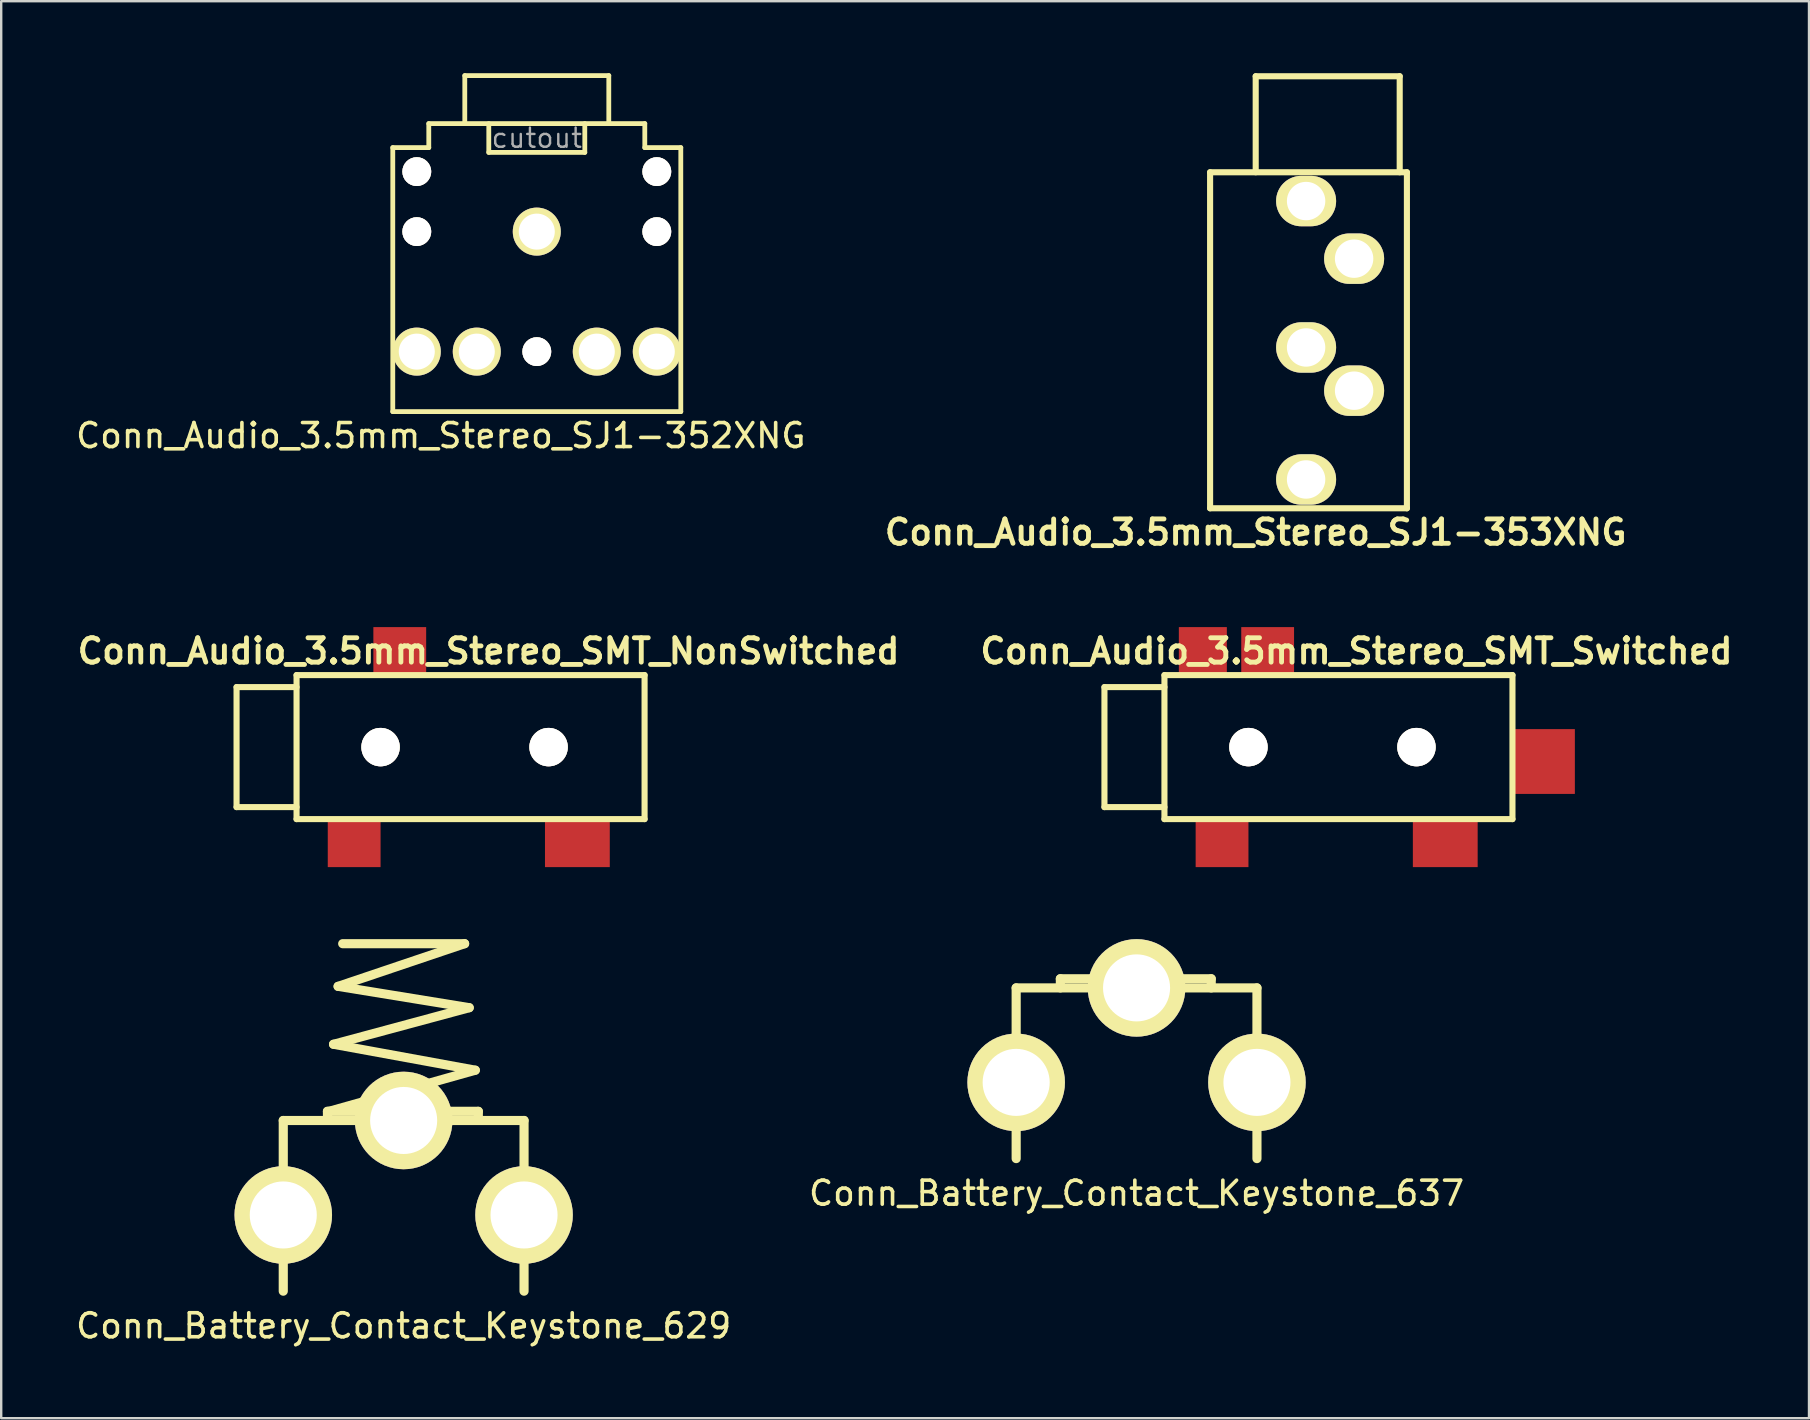
<source format=kicad_pcb>
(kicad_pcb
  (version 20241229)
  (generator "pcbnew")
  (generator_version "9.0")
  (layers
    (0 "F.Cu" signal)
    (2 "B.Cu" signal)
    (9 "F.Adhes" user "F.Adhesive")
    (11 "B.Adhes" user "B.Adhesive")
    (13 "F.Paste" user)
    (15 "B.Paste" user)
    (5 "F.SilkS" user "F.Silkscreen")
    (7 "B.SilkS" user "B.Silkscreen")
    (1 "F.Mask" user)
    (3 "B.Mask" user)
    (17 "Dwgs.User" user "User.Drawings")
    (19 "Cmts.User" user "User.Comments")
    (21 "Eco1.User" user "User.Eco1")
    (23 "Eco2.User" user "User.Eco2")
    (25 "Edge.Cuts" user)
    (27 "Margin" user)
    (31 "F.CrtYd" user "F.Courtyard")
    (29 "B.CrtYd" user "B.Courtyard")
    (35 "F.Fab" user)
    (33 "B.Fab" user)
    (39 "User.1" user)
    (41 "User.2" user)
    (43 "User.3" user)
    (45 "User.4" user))
  (footprint "Conn_Audio_3.5mm_Stereo_SMT_NonSwitched"
    (layer "F.Cu")
    (at 9.306 28.078)
    (property "Reference" "Conn_Audio_3.5mm_Stereo_SMT_NonSwitched" (at 8 -4 0) (layer "F.SilkS") (effects (font (size 1.016 1.016) (thickness 0.203))))
    (attr through_hole)
    (fp_line (start -2.5 -2.5) (end -2.5 2.5) (stroke (width 0.254) (type solid)) (layer "F.SilkS"))
    (fp_line (start -2.5 -2.5) (end 0 -2.5) (stroke (width 0.254) (type solid)) (layer "F.SilkS"))
    (fp_line (start -2.5 2.5) (end 0 2.5) (stroke (width 0.254) (type solid)) (layer "F.SilkS"))
    (fp_line (start 0 -3) (end 0 3) (stroke (width 0.254) (type solid)) (layer "F.SilkS"))
    (fp_line (start 0 -3) (end 14.5 -3) (stroke (width 0.254) (type solid)) (layer "F.SilkS"))
    (fp_line (start 0 3) (end 14.5 3) (stroke (width 0.254) (type solid)) (layer "F.SilkS"))
    (fp_line (start 14.5 -3) (end 14.5 3) (stroke (width 0.254) (type solid)) (layer "F.SilkS"))
    (pad "" thru_hole circle (at 3.5 0) (size 1.6 1.6) (drill 1.6) (layers "*.Cu" "*.Mask" "F.SilkS"))
    (pad "" thru_hole circle (at 10.5 0) (size 1.6 1.6) (drill 1.6) (layers "*.Cu" "*.Mask" "F.SilkS"))
    (pad "1" smd rect (at 2.4 4) (size 2.2 2) (layers "F.Cu" "F.Mask" "F.Paste"))
    (pad "2" smd rect (at 4.3 -4) (size 2.2 2) (layers "F.Cu" "F.Mask" "F.Paste"))
    (pad "3" smd rect (at 11.7 4) (size 2.7 2) (layers "F.Cu" "F.Mask" "F.Paste")))
  (footprint "Conn_Audio_3.5mm_Stereo_SJ1-352XNG"
    (layer "F.Cu")
    (at 19.315 2.1)
    (property "Reference" "Conn_Audio_3.5mm_Stereo_SJ1-352XNG" (at -4 13 0) (layer "F.SilkS") (effects (font (size 1 1) (thickness 0.15))))
    (attr through_hole)
    (fp_line (start -6 1) (end -4.5 1) (stroke (width 0.2) (type solid)) (layer "F.SilkS"))
    (fp_line (start -6 12) (end -6 1) (stroke (width 0.2) (type solid)) (layer "F.SilkS"))
    (fp_line (start -6 12) (end 6 12) (stroke (width 0.2) (type solid)) (layer "F.SilkS"))
    (fp_line (start -4.5 0) (end 4.5 0) (stroke (width 0.2) (type solid)) (layer "F.SilkS"))
    (fp_line (start -4.5 1) (end -4.5 0) (stroke (width 0.2) (type solid)) (layer "F.SilkS"))
    (fp_line (start -3 -2) (end 3 -2) (stroke (width 0.2) (type solid)) (layer "F.SilkS"))
    (fp_line (start -3 0) (end -3 -2) (stroke (width 0.2) (type solid)) (layer "F.SilkS"))
    (fp_line (start -2 0) (end -2 1.2) (stroke (width 0.2) (type solid)) (layer "F.SilkS"))
    (fp_line (start -2 1.2) (end 2 1.2) (stroke (width 0.2) (type solid)) (layer "F.SilkS"))
    (fp_line (start 2 0) (end 2 1.2) (stroke (width 0.2) (type solid)) (layer "F.SilkS"))
    (fp_line (start 3 0) (end 3 -2) (stroke (width 0.2) (type solid)) (layer "F.SilkS"))
    (fp_line (start 4.5 1) (end 4.5 0) (stroke (width 0.2) (type solid)) (layer "F.SilkS"))
    (fp_line (start 4.5 1) (end 6 1) (stroke (width 0.2) (type solid)) (layer "F.SilkS"))
    (fp_line (start 6 12) (end 6 1) (stroke (width 0.2) (type solid)) (layer "F.SilkS"))
    (fp_text user "cutout" (at 0 0.6 0) (layer "F.Fab") (effects (font (size 0.8 0.8) (thickness 0.1))))
    (pad "" thru_hole circle (at -5 2) (size 1.2 1.2) (drill 1.2) (layers "*.Cu" "*.Mask" "F.SilkS"))
    (pad "" thru_hole circle (at -5 4.5) (size 1.2 1.2) (drill 1.2) (layers "*.Cu" "*.Mask" "F.SilkS"))
    (pad "" thru_hole circle (at 0 9.5) (size 1.2 1.2) (drill 1.2) (layers "*.Cu" "*.Mask" "F.SilkS"))
    (pad "" thru_hole circle (at 5 2) (size 1.2 1.2) (drill 1.2) (layers "*.Cu" "*.Mask" "F.SilkS"))
    (pad "" thru_hole circle (at 5 4.5) (size 1.2 1.2) (drill 1.2) (layers "*.Cu" "*.Mask" "F.SilkS"))
    (pad "1" thru_hole circle (at 0 4.5) (size 2 2) (drill 1.5) (layers "*.Cu" "*.Mask" "F.SilkS"))
    (pad "2" thru_hole circle (at -5 9.5) (size 2 2) (drill 1.5) (layers "*.Cu" "*.Mask" "F.SilkS"))
    (pad "3" thru_hole circle (at 5 9.5) (size 2 2) (drill 1.5) (layers "*.Cu" "*.Mask" "F.SilkS"))
    (pad "4" thru_hole circle (at -2.5 9.5) (size 2 2) (drill 1.5) (layers "*.Cu" "*.Mask" "F.SilkS"))
    (pad "5" thru_hole circle (at 2.5 9.5) (size 2 2) (drill 1.5) (layers "*.Cu" "*.Mask" "F.SilkS")))
  (footprint "Conn_Battery_Contact_Keystone_629"
    (layer "F.Cu")
    (at 13.768 43.634)
    (property "Reference" "Conn_Battery_Contact_Keystone_629" (at 0 8.556 0) (layer "F.SilkS") (effects (font (size 1 1) (thickness 0.15))))
    (attr through_hole)
    (fp_line (start -5.016 0) (end 5.016 0) (stroke (width 0.381) (type solid)) (layer "F.SilkS"))
    (fp_line (start -5.016 7.112) (end -5.016 0) (stroke (width 0.381) (type solid)) (layer "F.SilkS"))
    (fp_line (start -3.175 -0.381) (end 3.111 -0.381) (stroke (width 0.381) (type solid)) (layer "F.SilkS"))
    (fp_line (start -3.175 0) (end -3.175 -0.381) (stroke (width 0.381) (type solid)) (layer "F.SilkS"))
    (fp_line (start -3.111 -0.381) (end 2.985 -2.095) (stroke (width 0.381) (type solid)) (layer "F.SilkS"))
    (fp_line (start -2.921 -3.175) (end 2.731 -4.699) (stroke (width 0.381) (type solid)) (layer "F.SilkS"))
    (fp_line (start -2.731 -5.588) (end 2.54 -7.366) (stroke (width 0.381) (type solid)) (layer "F.SilkS"))
    (fp_line (start -2.54 -7.366) (end 2.54 -7.366) (stroke (width 0.381) (type solid)) (layer "F.SilkS"))
    (fp_line (start 2.731 -4.699) (end -2.731 -5.588) (stroke (width 0.381) (type solid)) (layer "F.SilkS"))
    (fp_line (start 2.985 -2.095) (end -2.921 -3.175) (stroke (width 0.381) (type solid)) (layer "F.SilkS"))
    (fp_line (start 3.111 -0.381) (end 3.111 0) (stroke (width 0.381) (type solid)) (layer "F.SilkS"))
    (fp_line (start 5.016 0) (end 5.016 7.112) (stroke (width 0.381) (type solid)) (layer "F.SilkS"))
    (pad "1" thru_hole circle (at -5.016 3.937) (size 4.064 4.064) (drill 2.794) (layers "*.Cu" "*.Mask" "F.SilkS"))
    (pad "1" thru_hole circle (at 0 0) (size 4.064 4.064) (drill 2.794) (layers "*.Cu" "*.Mask" "F.SilkS"))
    (pad "1" thru_hole circle (at 5.016 3.937) (size 4.064 4.064) (drill 2.794) (layers "*.Cu" "*.Mask" "F.SilkS")))
  (footprint "Conn_Audio_3.5mm_Stereo_SMT_Switched"
    (layer "F.Cu")
    (at 45.466 28.078)
    (property "Reference" "Conn_Audio_3.5mm_Stereo_SMT_Switched" (at 8 -4 0) (layer "F.SilkS") (effects (font (size 1.016 1.016) (thickness 0.203))))
    (attr through_hole)
    (fp_line (start -2.5 -2.5) (end -2.5 2.5) (stroke (width 0.254) (type solid)) (layer "F.SilkS"))
    (fp_line (start -2.5 -2.5) (end 0 -2.5) (stroke (width 0.254) (type solid)) (layer "F.SilkS"))
    (fp_line (start -2.5 2.5) (end 0 2.5) (stroke (width 0.254) (type solid)) (layer "F.SilkS"))
    (fp_line (start 0 -3) (end 0 3) (stroke (width 0.254) (type solid)) (layer "F.SilkS"))
    (fp_line (start 0 -3) (end 14.5 -3) (stroke (width 0.254) (type solid)) (layer "F.SilkS"))
    (fp_line (start 0 3) (end 14.5 3) (stroke (width 0.254) (type solid)) (layer "F.SilkS"))
    (fp_line (start 14.5 -3) (end 14.5 3) (stroke (width 0.254) (type solid)) (layer "F.SilkS"))
    (pad "" thru_hole circle (at 3.5 0) (size 1.6 1.6) (drill 1.6) (layers "*.Cu" "*.Mask" "F.SilkS"))
    (pad "" thru_hole circle (at 10.5 0) (size 1.6 1.6) (drill 1.6) (layers "*.Cu" "*.Mask" "F.SilkS"))
    (pad "1" smd rect (at 2.4 4) (size 2.2 2) (layers "F.Cu" "F.Mask" "F.Paste"))
    (pad "2" smd rect (at 4.3 -4) (size 2.2 2) (layers "F.Cu" "F.Mask" "F.Paste"))
    (pad "3" smd rect (at 11.7 4) (size 2.7 2) (layers "F.Cu" "F.Mask" "F.Paste"))
    (pad "4" smd rect (at 1.6 -4) (size 2 2) (layers "F.Cu" "F.Mask" "F.Paste"))
    (pad "5" smd rect (at 15.8 0.6) (size 2.6 2.7) (layers "F.Cu" "F.Mask" "F.Paste")))
  (footprint "Conn_Audio_3.5mm_Stereo_SJ1-353XNG"
    (layer "F.Cu")
    (at 52.268 4.127)
    (property "Reference" "Conn_Audio_3.5mm_Stereo_SJ1-353XNG" (at -3 15 0) (layer "F.SilkS") (effects (font (size 1.016 1.016) (thickness 0.203))))
    (attr through_hole)
    (fp_line (start -4.9 0) (end 3.3 0) (stroke (width 0.254) (type solid)) (layer "F.SilkS"))
    (fp_line (start -4.9 14) (end -4.9 0) (stroke (width 0.254) (type solid)) (layer "F.SilkS"))
    (fp_line (start -4.9 14) (end 3.3 14) (stroke (width 0.254) (type solid)) (layer "F.SilkS"))
    (fp_line (start -3 -4) (end 3 -4) (stroke (width 0.254) (type solid)) (layer "F.SilkS"))
    (fp_line (start -3 0) (end -3 -4) (stroke (width 0.254) (type solid)) (layer "F.SilkS"))
    (fp_line (start 3 0) (end 3 -4) (stroke (width 0.254) (type solid)) (layer "F.SilkS"))
    (fp_line (start 3.3 0) (end 3.3 14) (stroke (width 0.254) (type solid)) (layer "F.SilkS"))
    (pad "1" thru_hole oval (at -0.9 1.2) (size 2.5 2.1) (drill 1.6) (layers "*.Cu" "*.Mask" "F.SilkS"))
    (pad "2" thru_hole oval (at 1.1 3.6) (size 2.5 2.1) (drill 1.6) (layers "*.Cu" "*.Mask" "F.SilkS"))
    (pad "3" thru_hole oval (at 1.1 9.1) (size 2.5 2.1) (drill 1.6) (layers "*.Cu" "*.Mask" "F.SilkS"))
    (pad "4" thru_hole oval (at -0.9 12.8) (size 2.5 2.1) (drill 1.6) (layers "*.Cu" "*.Mask" "F.SilkS"))
    (pad "5" thru_hole oval (at -0.9 7.3) (size 2.5 2.1) (drill 1.6) (layers "*.Cu" "*.Mask" "F.SilkS")))
  (footprint "Conn_Battery_Contact_Keystone_637"
    (layer "F.Cu")
    (at 44.304 38.11)
    (property "Reference" "Conn_Battery_Contact_Keystone_637" (at 0 8.556 0) (layer "F.SilkS") (effects (font (size 1 1) (thickness 0.15))))
    (attr through_hole)
    (fp_line (start -5.016 0) (end 5.016 0) (stroke (width 0.381) (type solid)) (layer "F.SilkS"))
    (fp_line (start -5.016 7.112) (end -5.016 0) (stroke (width 0.381) (type solid)) (layer "F.SilkS"))
    (fp_line (start -3.175 -0.381) (end 3.111 -0.381) (stroke (width 0.381) (type solid)) (layer "F.SilkS"))
    (fp_line (start -3.175 0) (end -3.175 -0.381) (stroke (width 0.381) (type solid)) (layer "F.SilkS"))
    (fp_line (start 3.111 -0.381) (end 3.111 0) (stroke (width 0.381) (type solid)) (layer "F.SilkS"))
    (fp_line (start 5.016 0) (end 5.016 7.112) (stroke (width 0.381) (type solid)) (layer "F.SilkS"))
    (pad "1" thru_hole circle (at -5.016 3.937) (size 4.064 4.064) (drill 2.794) (layers "*.Cu" "*.Mask" "F.SilkS"))
    (pad "1" thru_hole circle (at 0 0) (size 4.064 4.064) (drill 2.794) (layers "*.Cu" "*.Mask" "F.SilkS"))
    (pad "1" thru_hole circle (at 5.016 3.937) (size 4.064 4.064) (drill 2.794) (layers "*.Cu" "*.Mask" "F.SilkS")))
  (gr_rect
    (start -3 -3)
    (end 72.321 56.039)
    (stroke (width 0.1) (type default))
    (fill no)
    (layer "Edge.Cuts")))
</source>
